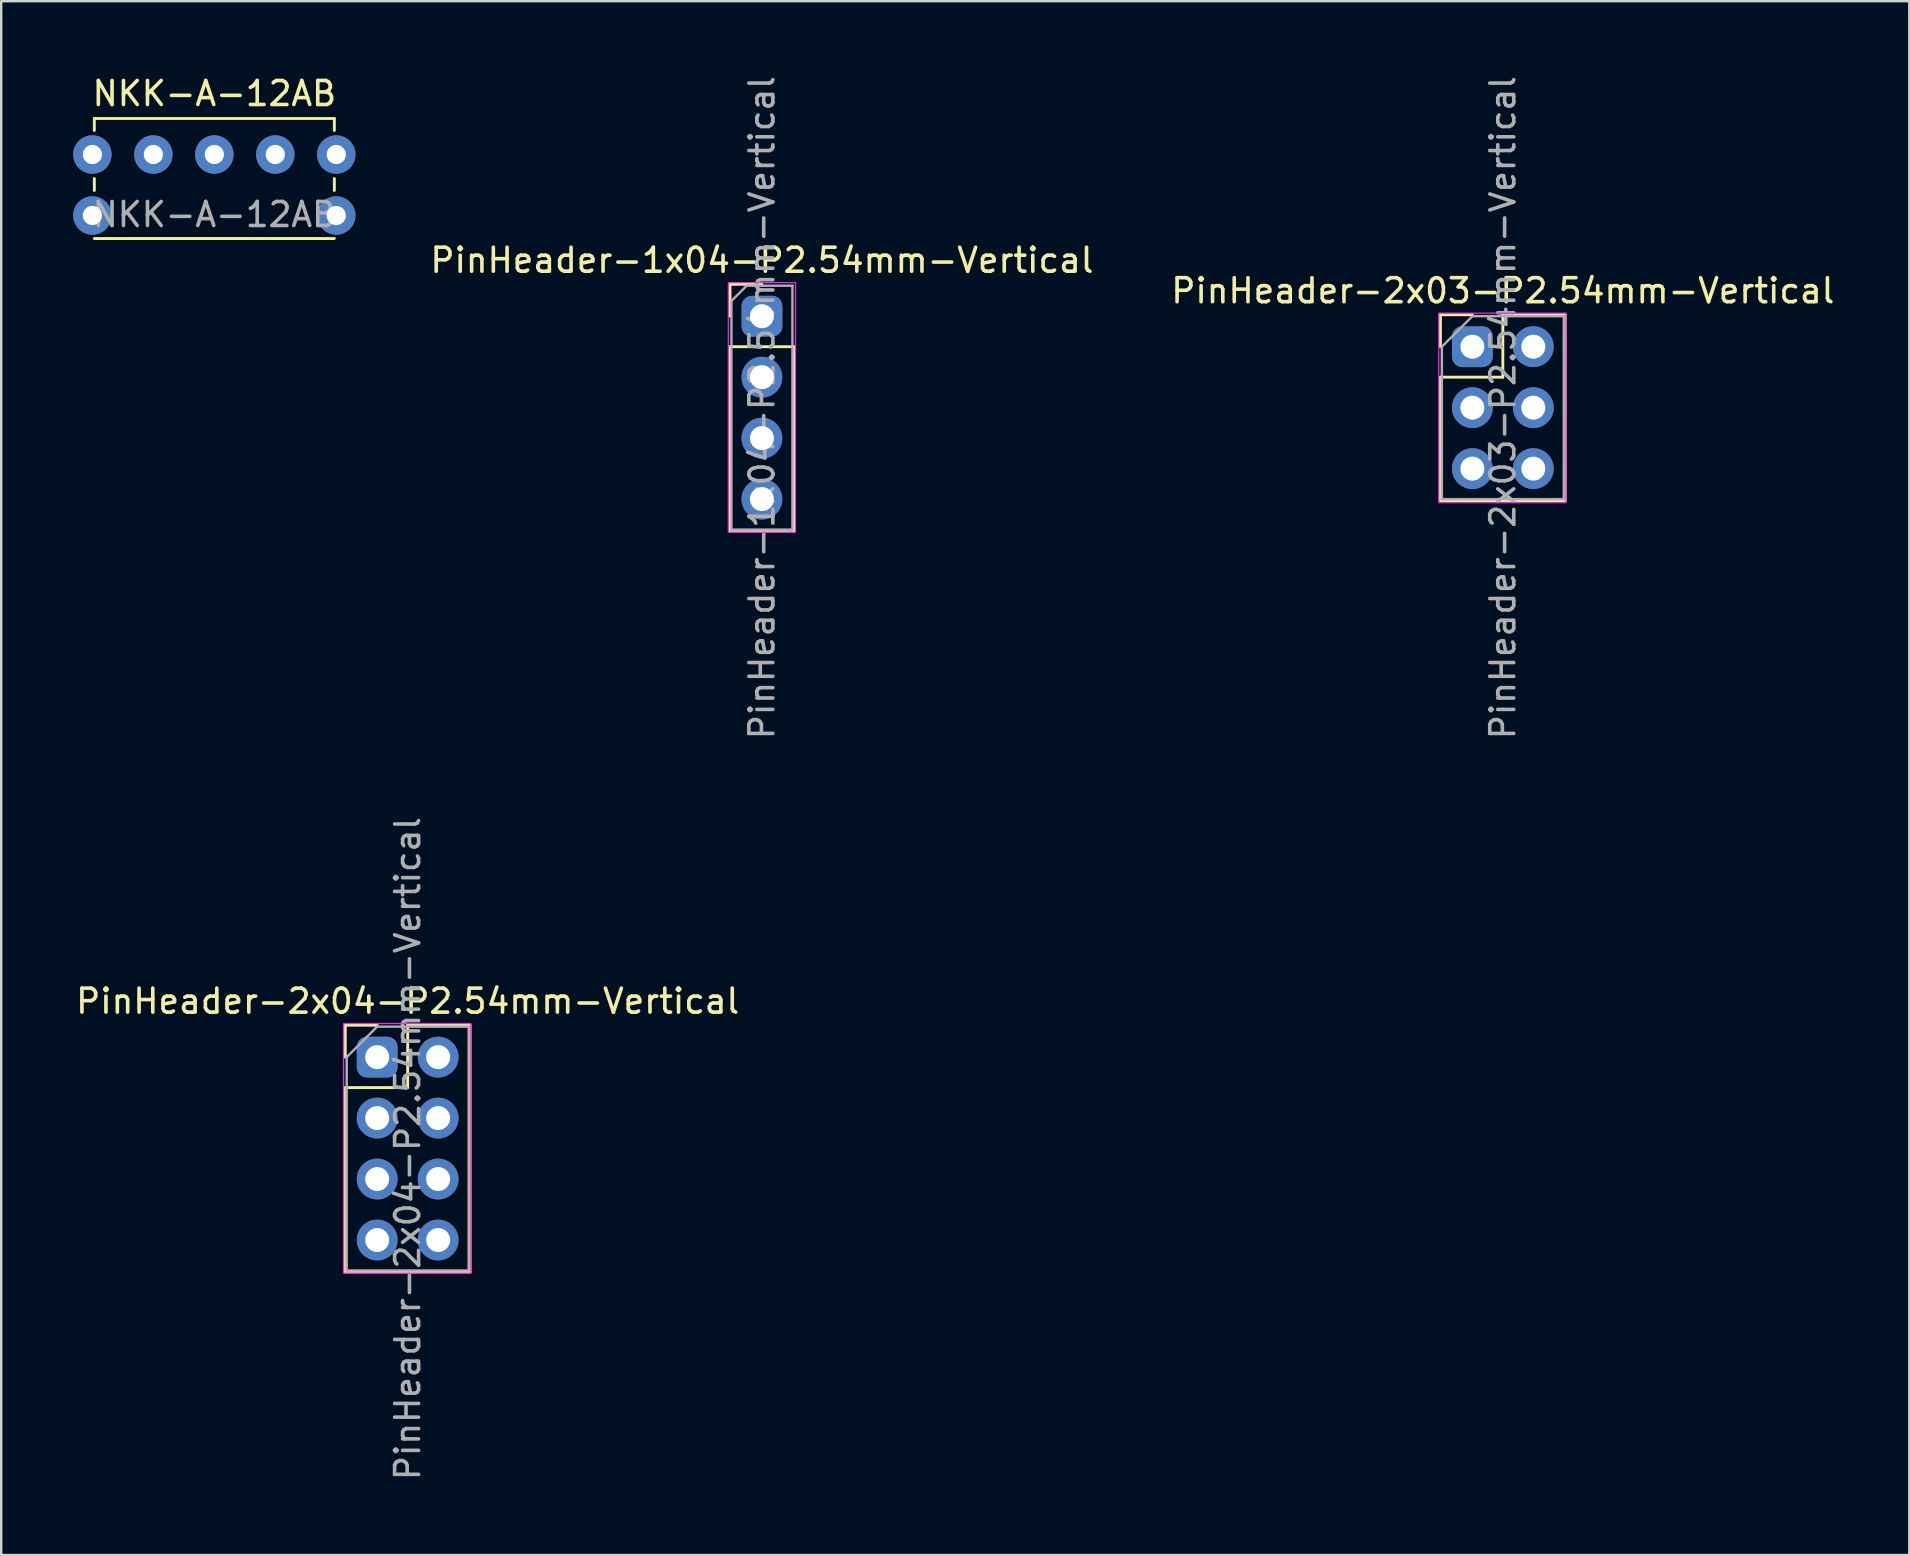
<source format=kicad_pcb>
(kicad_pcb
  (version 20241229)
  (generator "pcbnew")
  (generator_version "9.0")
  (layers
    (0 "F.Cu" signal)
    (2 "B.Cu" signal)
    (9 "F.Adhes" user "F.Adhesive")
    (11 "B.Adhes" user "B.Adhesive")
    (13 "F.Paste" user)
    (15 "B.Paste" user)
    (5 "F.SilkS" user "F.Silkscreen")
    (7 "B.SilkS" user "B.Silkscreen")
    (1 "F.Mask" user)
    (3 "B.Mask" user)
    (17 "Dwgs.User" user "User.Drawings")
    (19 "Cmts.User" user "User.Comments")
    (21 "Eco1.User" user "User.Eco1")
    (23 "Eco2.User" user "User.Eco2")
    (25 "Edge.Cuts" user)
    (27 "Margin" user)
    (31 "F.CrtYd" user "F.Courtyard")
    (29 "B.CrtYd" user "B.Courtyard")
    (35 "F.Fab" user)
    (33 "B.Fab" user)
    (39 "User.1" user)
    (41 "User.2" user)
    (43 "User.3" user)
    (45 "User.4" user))
  (footprint "PinHeader-2x03-P2.54mm-Vertical"
    (layer "F.Cu")
    (at 58.294 11.395)
    (property "Reference" "PinHeader-2x03-P2.54mm-Vertical" (at 1.27 -2.33 0) (layer "F.SilkS") (effects (font (size 1 1) (thickness 0.15))))
    (attr through_hole)
    (fp_line (start -1.33 -1.33) (end 0 -1.33) (stroke (width 0.12) (type solid)) (layer "F.SilkS"))
    (fp_line (start -1.33 0) (end -1.33 -1.33) (stroke (width 0.12) (type solid)) (layer "F.SilkS"))
    (fp_line (start -1.33 1.27) (end -1.33 6.41) (stroke (width 0.12) (type solid)) (layer "F.SilkS"))
    (fp_line (start -1.33 1.27) (end 1.27 1.27) (stroke (width 0.12) (type solid)) (layer "F.SilkS"))
    (fp_line (start -1.33 6.41) (end 3.87 6.41) (stroke (width 0.12) (type solid)) (layer "F.SilkS"))
    (fp_line (start 1.27 -1.33) (end 3.87 -1.33) (stroke (width 0.12) (type solid)) (layer "F.SilkS"))
    (fp_line (start 1.27 1.27) (end 1.27 -1.33) (stroke (width 0.12) (type solid)) (layer "F.SilkS"))
    (fp_line (start 3.87 -1.33) (end 3.87 6.41) (stroke (width 0.12) (type solid)) (layer "F.SilkS"))
    (fp_rect (start -1.4 -1.4) (end 3.9 6.5) (stroke (width 0.05) (type solid)) (fill no) (layer "F.CrtYd"))
    (fp_line (start -1.27 0) (end 0 -1.27) (stroke (width 0.1) (type solid)) (layer "F.Fab"))
    (fp_line (start -1.27 6.35) (end -1.27 0) (stroke (width 0.1) (type solid)) (layer "F.Fab"))
    (fp_line (start 0 -1.27) (end 3.81 -1.27) (stroke (width 0.1) (type solid)) (layer "F.Fab"))
    (fp_line (start 3.81 -1.27) (end 3.81 6.35) (stroke (width 0.1) (type solid)) (layer "F.Fab"))
    (fp_line (start 3.81 6.35) (end -1.27 6.35) (stroke (width 0.1) (type solid)) (layer "F.Fab"))
    (fp_text user "${REFERENCE}" (at 1.27 2.54 90) (layer "F.Fab") (effects (font (size 1 1) (thickness 0.15))))
    (pad "1" thru_hole roundrect (at 0 0) (size 1.7 1.7) (drill 1) (layers "*.Cu" "*.Mask") (roundrect_rratio 0.25))
    (pad "2" thru_hole oval (at 2.54 0) (size 1.7 1.7) (drill 1) (layers "*.Cu" "*.Mask"))
    (pad "3" thru_hole oval (at 0 2.54) (size 1.7 1.7) (drill 1) (layers "*.Cu" "*.Mask"))
    (pad "4" thru_hole oval (at 2.54 2.54) (size 1.7 1.7) (drill 1) (layers "*.Cu" "*.Mask"))
    (pad "5" thru_hole oval (at 0 5.08) (size 1.7 1.7) (drill 1) (layers "*.Cu" "*.Mask"))
    (pad "6" thru_hole oval (at 2.54 5.08) (size 1.7 1.7) (drill 1) (layers "*.Cu" "*.Mask")))
  (footprint "PinHeader-1x04-P2.54mm-Vertical"
    (layer "F.Cu")
    (at 28.695 10.125)
    (property "Reference" "PinHeader-1x04-P2.54mm-Vertical" (at 0 -2.33 0) (layer "F.SilkS") (effects (font (size 1 1) (thickness 0.15))))
    (attr through_hole)
    (fp_line (start -1.33 -1.33) (end 0 -1.33) (stroke (width 0.12) (type solid)) (layer "F.SilkS"))
    (fp_line (start -1.33 0) (end -1.33 -1.33) (stroke (width 0.12) (type solid)) (layer "F.SilkS"))
    (fp_line (start -1.33 1.27) (end -1.33 8.95) (stroke (width 0.12) (type solid)) (layer "F.SilkS"))
    (fp_line (start -1.33 1.27) (end 1.33 1.27) (stroke (width 0.12) (type solid)) (layer "F.SilkS"))
    (fp_line (start -1.33 8.95) (end 1.33 8.95) (stroke (width 0.12) (type solid)) (layer "F.SilkS"))
    (fp_line (start 1.33 1.27) (end 1.33 8.95) (stroke (width 0.12) (type solid)) (layer "F.SilkS"))
    (fp_rect (start -1.4 -1.4) (end 1.4 9) (stroke (width 0.05) (type solid)) (fill no) (layer "F.CrtYd"))
    (fp_line (start -1.27 -0.635) (end -0.635 -1.27) (stroke (width 0.1) (type solid)) (layer "F.Fab"))
    (fp_line (start -1.27 8.89) (end -1.27 -0.635) (stroke (width 0.1) (type solid)) (layer "F.Fab"))
    (fp_line (start -0.635 -1.27) (end 1.27 -1.27) (stroke (width 0.1) (type solid)) (layer "F.Fab"))
    (fp_line (start 1.27 -1.27) (end 1.27 8.89) (stroke (width 0.1) (type solid)) (layer "F.Fab"))
    (fp_line (start 1.27 8.89) (end -1.27 8.89) (stroke (width 0.1) (type solid)) (layer "F.Fab"))
    (fp_text user "${REFERENCE}" (at 0 3.81 90) (layer "F.Fab") (effects (font (size 1 1) (thickness 0.15))))
    (pad "1" thru_hole roundrect (at 0 0) (size 1.7 1.7) (drill 1) (layers "*.Cu" "*.Mask") (roundrect_rratio 0.25))
    (pad "2" thru_hole oval (at 0 2.54) (size 1.7 1.7) (drill 1) (layers "*.Cu" "*.Mask"))
    (pad "3" thru_hole oval (at 0 5.08) (size 1.7 1.7) (drill 1) (layers "*.Cu" "*.Mask"))
    (pad "4" thru_hole oval (at 0 7.62) (size 1.7 1.7) (drill 1) (layers "*.Cu" "*.Mask")))
  (footprint "NKK-A-12AB"
    (layer "F.Cu")
    (at 5.88 4.388)
    (property "Reference" "NKK-A-12AB" (at 0 -3.54 0) (unlocked yes) (layer "F.SilkS") (effects (font (size 1 1) (thickness 0.15))))
    (attr through_hole)
    (fp_line (start -5 -2.5) (end 5 -2.5) (stroke (width 0.12) (type solid)) (layer "F.SilkS"))
    (fp_line (start -5 -2) (end -5 -2.5) (stroke (width 0.12) (type solid)) (layer "F.SilkS"))
    (fp_line (start -5 0) (end -5 0.5) (stroke (width 0.12) (type solid)) (layer "F.SilkS"))
    (fp_line (start -5 2.5) (end 5 2.5) (stroke (width 0.12) (type solid)) (layer "F.SilkS"))
    (fp_line (start 5 -2.5) (end 5 -2) (stroke (width 0.12) (type solid)) (layer "F.SilkS"))
    (fp_line (start 5 0) (end 5 0.5) (stroke (width 0.12) (type solid)) (layer "F.SilkS"))
    (fp_text user "${REFERENCE}" (at 0 1.5 0) (unlocked yes) (layer "F.Fab") (effects (font (size 1 1) (thickness 0.15))))
    (pad "1" thru_hole circle (at 2.54 -1) (size 1.6 1.6) (drill 0.8) (layers "*.Cu" "*.Mask"))
    (pad "2" thru_hole circle (at 0 -1) (size 1.6 1.6) (drill 0.8) (layers "*.Cu" "*.Mask"))
    (pad "3" thru_hole circle (at -2.54 -1) (size 1.6 1.6) (drill 0.8) (layers "*.Cu" "*.Mask"))
    (pad "4" thru_hole circle (at -5.08 -1) (size 1.6 1.6) (drill 0.8) (layers "*.Cu" "*.Mask"))
    (pad "4" thru_hole circle (at -5.08 1.54) (size 1.6 1.6) (drill 0.8) (layers "*.Cu" "*.Mask"))
    (pad "4" thru_hole circle (at 5.08 -1) (size 1.6 1.6) (drill 0.8) (layers "*.Cu" "*.Mask"))
    (pad "4" thru_hole circle (at 5.08 1.54) (size 1.6 1.6) (drill 0.8) (layers "*.Cu" "*.Mask")))
  (footprint "PinHeader-2x04-P2.54mm-Vertical"
    (layer "F.Cu")
    (at 12.665 40.994)
    (property "Reference" "PinHeader-2x04-P2.54mm-Vertical" (at 1.27 -2.33 0) (layer "F.SilkS") (effects (font (size 1 1) (thickness 0.15))))
    (attr through_hole)
    (fp_line (start -1.33 -1.33) (end 0 -1.33) (stroke (width 0.12) (type solid)) (layer "F.SilkS"))
    (fp_line (start -1.33 0) (end -1.33 -1.33) (stroke (width 0.12) (type solid)) (layer "F.SilkS"))
    (fp_line (start -1.33 1.27) (end -1.33 8.95) (stroke (width 0.12) (type solid)) (layer "F.SilkS"))
    (fp_line (start -1.33 1.27) (end 1.27 1.27) (stroke (width 0.12) (type solid)) (layer "F.SilkS"))
    (fp_line (start -1.33 8.95) (end 3.87 8.95) (stroke (width 0.12) (type solid)) (layer "F.SilkS"))
    (fp_line (start 1.27 -1.33) (end 3.87 -1.33) (stroke (width 0.12) (type solid)) (layer "F.SilkS"))
    (fp_line (start 1.27 1.27) (end 1.27 -1.33) (stroke (width 0.12) (type solid)) (layer "F.SilkS"))
    (fp_line (start 3.87 -1.33) (end 3.87 8.95) (stroke (width 0.12) (type solid)) (layer "F.SilkS"))
    (fp_rect (start -1.4 -1.4) (end 3.9 9) (stroke (width 0.05) (type solid)) (fill no) (layer "F.CrtYd"))
    (fp_line (start -1.27 0) (end 0 -1.27) (stroke (width 0.1) (type solid)) (layer "F.Fab"))
    (fp_line (start -1.27 8.89) (end -1.27 0) (stroke (width 0.1) (type solid)) (layer "F.Fab"))
    (fp_line (start 0 -1.27) (end 3.81 -1.27) (stroke (width 0.1) (type solid)) (layer "F.Fab"))
    (fp_line (start 3.81 -1.27) (end 3.81 8.89) (stroke (width 0.1) (type solid)) (layer "F.Fab"))
    (fp_line (start 3.81 8.89) (end -1.27 8.89) (stroke (width 0.1) (type solid)) (layer "F.Fab"))
    (fp_text user "${REFERENCE}" (at 1.27 3.81 90) (layer "F.Fab") (effects (font (size 1 1) (thickness 0.15))))
    (pad "1" thru_hole roundrect (at 0 0) (size 1.7 1.7) (drill 1) (layers "*.Cu" "*.Mask") (roundrect_rratio 0.25))
    (pad "2" thru_hole oval (at 2.54 0) (size 1.7 1.7) (drill 1) (layers "*.Cu" "*.Mask"))
    (pad "3" thru_hole oval (at 0 2.54) (size 1.7 1.7) (drill 1) (layers "*.Cu" "*.Mask"))
    (pad "4" thru_hole oval (at 2.54 2.54) (size 1.7 1.7) (drill 1) (layers "*.Cu" "*.Mask"))
    (pad "5" thru_hole oval (at 0 5.08) (size 1.7 1.7) (drill 1) (layers "*.Cu" "*.Mask"))
    (pad "6" thru_hole oval (at 2.54 5.08) (size 1.7 1.7) (drill 1) (layers "*.Cu" "*.Mask"))
    (pad "7" thru_hole oval (at 0 7.62) (size 1.7 1.7) (drill 1) (layers "*.Cu" "*.Mask"))
    (pad "8" thru_hole oval (at 2.54 7.62) (size 1.7 1.7) (drill 1) (layers "*.Cu" "*.Mask")))
  (gr_rect
    (start -3 -3)
    (end 76.498 61.738)
    (stroke (width 0.1) (type default))
    (fill no)
    (layer "Edge.Cuts")))
</source>
